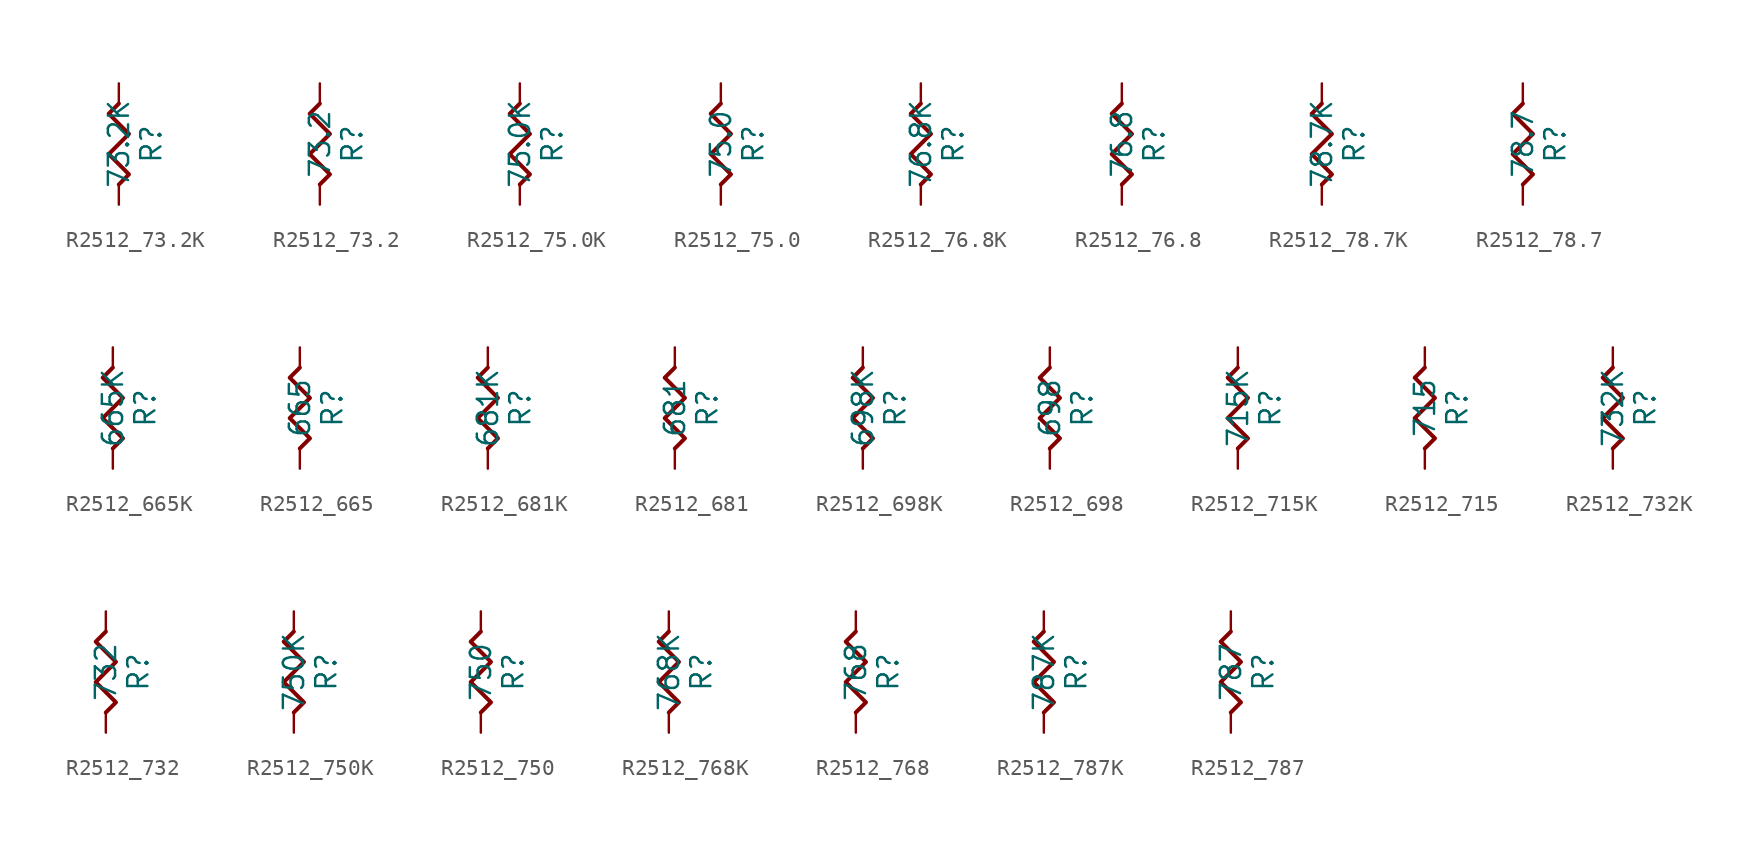
<source format=kicad_sym>
(kicad_symbol_lib
  (version 20211014)
  (generator atlantix-eda)
  (symbol "R2512_73.2K"
    (pin_numbers hide)
    (pin_names
      (offset 0))
    (property "Reference" "R"
      (at 2.032 0 90)
      (effects (font (size 1.27 1.27))))
    (property "Value" "73.2K"
      (at 0 0 90)
      (effects (font (size 1.27 1.27))))
    (symbol "R2512_73.2K_0_1"
      (polyline (pts (xy 0 -2.54) (xy 0.635 -1.905) (xy -0.635 -0.635) (xy 0.635 0.635) (xy -0.635 1.905) (xy 0 2.54)) (stroke (width 0.254) (type default) (color 0 0 0 0)) (fill (type none))))
    (symbol "R2512_73.2K_1_1"
      (pin passive line (at 0 3.81 270) (length 1.27) (name "~" (effects (font (size 1.27 1.27)))) (number "1" (effects (font (size 1.27 1.27)))))
      (pin passive line (at 0 -3.81 90) (length 1.27) (name "~" (effects (font (size 1.27 1.27)))) (number "2" (effects (font (size 1.27 1.27)))))))
  (symbol "R2512_73.2"
    (pin_numbers hide)
    (pin_names
      (offset 0))
    (property "Reference" "R"
      (at 2.032 0 90)
      (effects (font (size 1.27 1.27))))
    (property "Value" "73.2"
      (at 0 0 90)
      (effects (font (size 1.27 1.27))))
    (symbol "R2512_73.2_0_1"
      (polyline (pts (xy 0 -2.54) (xy 0.635 -1.905) (xy -0.635 -0.635) (xy 0.635 0.635) (xy -0.635 1.905) (xy 0 2.54)) (stroke (width 0.254) (type default) (color 0 0 0 0)) (fill (type none))))
    (symbol "R2512_73.2_1_1"
      (pin passive line (at 0 3.81 270) (length 1.27) (name "~" (effects (font (size 1.27 1.27)))) (number "1" (effects (font (size 1.27 1.27)))))
      (pin passive line (at 0 -3.81 90) (length 1.27) (name "~" (effects (font (size 1.27 1.27)))) (number "2" (effects (font (size 1.27 1.27)))))))
  (symbol "R2512_75.0K"
    (pin_numbers hide)
    (pin_names
      (offset 0))
    (property "Reference" "R"
      (at 2.032 0 90)
      (effects (font (size 1.27 1.27))))
    (property "Value" "75.0K"
      (at 0 0 90)
      (effects (font (size 1.27 1.27))))
    (symbol "R2512_75.0K_0_1"
      (polyline (pts (xy 0 -2.54) (xy 0.635 -1.905) (xy -0.635 -0.635) (xy 0.635 0.635) (xy -0.635 1.905) (xy 0 2.54)) (stroke (width 0.254) (type default) (color 0 0 0 0)) (fill (type none))))
    (symbol "R2512_75.0K_1_1"
      (pin passive line (at 0 3.81 270) (length 1.27) (name "~" (effects (font (size 1.27 1.27)))) (number "1" (effects (font (size 1.27 1.27)))))
      (pin passive line (at 0 -3.81 90) (length 1.27) (name "~" (effects (font (size 1.27 1.27)))) (number "2" (effects (font (size 1.27 1.27)))))))
  (symbol "R2512_75.0"
    (pin_numbers hide)
    (pin_names
      (offset 0))
    (property "Reference" "R"
      (at 2.032 0 90)
      (effects (font (size 1.27 1.27))))
    (property "Value" "75.0"
      (at 0 0 90)
      (effects (font (size 1.27 1.27))))
    (symbol "R2512_75.0_0_1"
      (polyline (pts (xy 0 -2.54) (xy 0.635 -1.905) (xy -0.635 -0.635) (xy 0.635 0.635) (xy -0.635 1.905) (xy 0 2.54)) (stroke (width 0.254) (type default) (color 0 0 0 0)) (fill (type none))))
    (symbol "R2512_75.0_1_1"
      (pin passive line (at 0 3.81 270) (length 1.27) (name "~" (effects (font (size 1.27 1.27)))) (number "1" (effects (font (size 1.27 1.27)))))
      (pin passive line (at 0 -3.81 90) (length 1.27) (name "~" (effects (font (size 1.27 1.27)))) (number "2" (effects (font (size 1.27 1.27)))))))
  (symbol "R2512_76.8K"
    (pin_numbers hide)
    (pin_names
      (offset 0))
    (property "Reference" "R"
      (at 2.032 0 90)
      (effects (font (size 1.27 1.27))))
    (property "Value" "76.8K"
      (at 0 0 90)
      (effects (font (size 1.27 1.27))))
    (symbol "R2512_76.8K_0_1"
      (polyline (pts (xy 0 -2.54) (xy 0.635 -1.905) (xy -0.635 -0.635) (xy 0.635 0.635) (xy -0.635 1.905) (xy 0 2.54)) (stroke (width 0.254) (type default) (color 0 0 0 0)) (fill (type none))))
    (symbol "R2512_76.8K_1_1"
      (pin passive line (at 0 3.81 270) (length 1.27) (name "~" (effects (font (size 1.27 1.27)))) (number "1" (effects (font (size 1.27 1.27)))))
      (pin passive line (at 0 -3.81 90) (length 1.27) (name "~" (effects (font (size 1.27 1.27)))) (number "2" (effects (font (size 1.27 1.27)))))))
  (symbol "R2512_76.8"
    (pin_numbers hide)
    (pin_names
      (offset 0))
    (property "Reference" "R"
      (at 2.032 0 90)
      (effects (font (size 1.27 1.27))))
    (property "Value" "76.8"
      (at 0 0 90)
      (effects (font (size 1.27 1.27))))
    (symbol "R2512_76.8_0_1"
      (polyline (pts (xy 0 -2.54) (xy 0.635 -1.905) (xy -0.635 -0.635) (xy 0.635 0.635) (xy -0.635 1.905) (xy 0 2.54)) (stroke (width 0.254) (type default) (color 0 0 0 0)) (fill (type none))))
    (symbol "R2512_76.8_1_1"
      (pin passive line (at 0 3.81 270) (length 1.27) (name "~" (effects (font (size 1.27 1.27)))) (number "1" (effects (font (size 1.27 1.27)))))
      (pin passive line (at 0 -3.81 90) (length 1.27) (name "~" (effects (font (size 1.27 1.27)))) (number "2" (effects (font (size 1.27 1.27)))))))
  (symbol "R2512_78.7K"
    (pin_numbers hide)
    (pin_names
      (offset 0))
    (property "Reference" "R"
      (at 2.032 0 90)
      (effects (font (size 1.27 1.27))))
    (property "Value" "78.7K"
      (at 0 0 90)
      (effects (font (size 1.27 1.27))))
    (symbol "R2512_78.7K_0_1"
      (polyline (pts (xy 0 -2.54) (xy 0.635 -1.905) (xy -0.635 -0.635) (xy 0.635 0.635) (xy -0.635 1.905) (xy 0 2.54)) (stroke (width 0.254) (type default) (color 0 0 0 0)) (fill (type none))))
    (symbol "R2512_78.7K_1_1"
      (pin passive line (at 0 3.81 270) (length 1.27) (name "~" (effects (font (size 1.27 1.27)))) (number "1" (effects (font (size 1.27 1.27)))))
      (pin passive line (at 0 -3.81 90) (length 1.27) (name "~" (effects (font (size 1.27 1.27)))) (number "2" (effects (font (size 1.27 1.27)))))))
  (symbol "R2512_78.7"
    (pin_numbers hide)
    (pin_names
      (offset 0))
    (property "Reference" "R"
      (at 2.032 0 90)
      (effects (font (size 1.27 1.27))))
    (property "Value" "78.7"
      (at 0 0 90)
      (effects (font (size 1.27 1.27))))
    (symbol "R2512_78.7_0_1"
      (polyline (pts (xy 0 -2.54) (xy 0.635 -1.905) (xy -0.635 -0.635) (xy 0.635 0.635) (xy -0.635 1.905) (xy 0 2.54)) (stroke (width 0.254) (type default) (color 0 0 0 0)) (fill (type none))))
    (symbol "R2512_78.7_1_1"
      (pin passive line (at 0 3.81 270) (length 1.27) (name "~" (effects (font (size 1.27 1.27)))) (number "1" (effects (font (size 1.27 1.27)))))
      (pin passive line (at 0 -3.81 90) (length 1.27) (name "~" (effects (font (size 1.27 1.27)))) (number "2" (effects (font (size 1.27 1.27)))))))
  (symbol "R2512_665K"
    (pin_numbers hide)
    (pin_names
      (offset 0))
    (property "Reference" "R"
      (at 2.032 0 90)
      (effects (font (size 1.27 1.27))))
    (property "Value" "665K"
      (at 0 0 90)
      (effects (font (size 1.27 1.27))))
    (symbol "R2512_665K_0_1"
      (polyline (pts (xy 0 -2.54) (xy 0.635 -1.905) (xy -0.635 -0.635) (xy 0.635 0.635) (xy -0.635 1.905) (xy 0 2.54)) (stroke (width 0.254) (type default) (color 0 0 0 0)) (fill (type none))))
    (symbol "R2512_665K_1_1"
      (pin passive line (at 0 3.81 270) (length 1.27) (name "~" (effects (font (size 1.27 1.27)))) (number "1" (effects (font (size 1.27 1.27)))))
      (pin passive line (at 0 -3.81 90) (length 1.27) (name "~" (effects (font (size 1.27 1.27)))) (number "2" (effects (font (size 1.27 1.27)))))))
  (symbol "R2512_665"
    (pin_numbers hide)
    (pin_names
      (offset 0))
    (property "Reference" "R"
      (at 2.032 0 90)
      (effects (font (size 1.27 1.27))))
    (property "Value" "665"
      (at 0 0 90)
      (effects (font (size 1.27 1.27))))
    (symbol "R2512_665_0_1"
      (polyline (pts (xy 0 -2.54) (xy 0.635 -1.905) (xy -0.635 -0.635) (xy 0.635 0.635) (xy -0.635 1.905) (xy 0 2.54)) (stroke (width 0.254) (type default) (color 0 0 0 0)) (fill (type none))))
    (symbol "R2512_665_1_1"
      (pin passive line (at 0 3.81 270) (length 1.27) (name "~" (effects (font (size 1.27 1.27)))) (number "1" (effects (font (size 1.27 1.27)))))
      (pin passive line (at 0 -3.81 90) (length 1.27) (name "~" (effects (font (size 1.27 1.27)))) (number "2" (effects (font (size 1.27 1.27)))))))
  (symbol "R2512_681K"
    (pin_numbers hide)
    (pin_names
      (offset 0))
    (property "Reference" "R"
      (at 2.032 0 90)
      (effects (font (size 1.27 1.27))))
    (property "Value" "681K"
      (at 0 0 90)
      (effects (font (size 1.27 1.27))))
    (symbol "R2512_681K_0_1"
      (polyline (pts (xy 0 -2.54) (xy 0.635 -1.905) (xy -0.635 -0.635) (xy 0.635 0.635) (xy -0.635 1.905) (xy 0 2.54)) (stroke (width 0.254) (type default) (color 0 0 0 0)) (fill (type none))))
    (symbol "R2512_681K_1_1"
      (pin passive line (at 0 3.81 270) (length 1.27) (name "~" (effects (font (size 1.27 1.27)))) (number "1" (effects (font (size 1.27 1.27)))))
      (pin passive line (at 0 -3.81 90) (length 1.27) (name "~" (effects (font (size 1.27 1.27)))) (number "2" (effects (font (size 1.27 1.27)))))))
  (symbol "R2512_681"
    (pin_numbers hide)
    (pin_names
      (offset 0))
    (property "Reference" "R"
      (at 2.032 0 90)
      (effects (font (size 1.27 1.27))))
    (property "Value" "681"
      (at 0 0 90)
      (effects (font (size 1.27 1.27))))
    (symbol "R2512_681_0_1"
      (polyline (pts (xy 0 -2.54) (xy 0.635 -1.905) (xy -0.635 -0.635) (xy 0.635 0.635) (xy -0.635 1.905) (xy 0 2.54)) (stroke (width 0.254) (type default) (color 0 0 0 0)) (fill (type none))))
    (symbol "R2512_681_1_1"
      (pin passive line (at 0 3.81 270) (length 1.27) (name "~" (effects (font (size 1.27 1.27)))) (number "1" (effects (font (size 1.27 1.27)))))
      (pin passive line (at 0 -3.81 90) (length 1.27) (name "~" (effects (font (size 1.27 1.27)))) (number "2" (effects (font (size 1.27 1.27)))))))
  (symbol "R2512_698K"
    (pin_numbers hide)
    (pin_names
      (offset 0))
    (property "Reference" "R"
      (at 2.032 0 90)
      (effects (font (size 1.27 1.27))))
    (property "Value" "698K"
      (at 0 0 90)
      (effects (font (size 1.27 1.27))))
    (symbol "R2512_698K_0_1"
      (polyline (pts (xy 0 -2.54) (xy 0.635 -1.905) (xy -0.635 -0.635) (xy 0.635 0.635) (xy -0.635 1.905) (xy 0 2.54)) (stroke (width 0.254) (type default) (color 0 0 0 0)) (fill (type none))))
    (symbol "R2512_698K_1_1"
      (pin passive line (at 0 3.81 270) (length 1.27) (name "~" (effects (font (size 1.27 1.27)))) (number "1" (effects (font (size 1.27 1.27)))))
      (pin passive line (at 0 -3.81 90) (length 1.27) (name "~" (effects (font (size 1.27 1.27)))) (number "2" (effects (font (size 1.27 1.27)))))))
  (symbol "R2512_698"
    (pin_numbers hide)
    (pin_names
      (offset 0))
    (property "Reference" "R"
      (at 2.032 0 90)
      (effects (font (size 1.27 1.27))))
    (property "Value" "698"
      (at 0 0 90)
      (effects (font (size 1.27 1.27))))
    (symbol "R2512_698_0_1"
      (polyline (pts (xy 0 -2.54) (xy 0.635 -1.905) (xy -0.635 -0.635) (xy 0.635 0.635) (xy -0.635 1.905) (xy 0 2.54)) (stroke (width 0.254) (type default) (color 0 0 0 0)) (fill (type none))))
    (symbol "R2512_698_1_1"
      (pin passive line (at 0 3.81 270) (length 1.27) (name "~" (effects (font (size 1.27 1.27)))) (number "1" (effects (font (size 1.27 1.27)))))
      (pin passive line (at 0 -3.81 90) (length 1.27) (name "~" (effects (font (size 1.27 1.27)))) (number "2" (effects (font (size 1.27 1.27)))))))
  (symbol "R2512_715K"
    (pin_numbers hide)
    (pin_names
      (offset 0))
    (property "Reference" "R"
      (at 2.032 0 90)
      (effects (font (size 1.27 1.27))))
    (property "Value" "715K"
      (at 0 0 90)
      (effects (font (size 1.27 1.27))))
    (symbol "R2512_715K_0_1"
      (polyline (pts (xy 0 -2.54) (xy 0.635 -1.905) (xy -0.635 -0.635) (xy 0.635 0.635) (xy -0.635 1.905) (xy 0 2.54)) (stroke (width 0.254) (type default) (color 0 0 0 0)) (fill (type none))))
    (symbol "R2512_715K_1_1"
      (pin passive line (at 0 3.81 270) (length 1.27) (name "~" (effects (font (size 1.27 1.27)))) (number "1" (effects (font (size 1.27 1.27)))))
      (pin passive line (at 0 -3.81 90) (length 1.27) (name "~" (effects (font (size 1.27 1.27)))) (number "2" (effects (font (size 1.27 1.27)))))))
  (symbol "R2512_715"
    (pin_numbers hide)
    (pin_names
      (offset 0))
    (property "Reference" "R"
      (at 2.032 0 90)
      (effects (font (size 1.27 1.27))))
    (property "Value" "715"
      (at 0 0 90)
      (effects (font (size 1.27 1.27))))
    (symbol "R2512_715_0_1"
      (polyline (pts (xy 0 -2.54) (xy 0.635 -1.905) (xy -0.635 -0.635) (xy 0.635 0.635) (xy -0.635 1.905) (xy 0 2.54)) (stroke (width 0.254) (type default) (color 0 0 0 0)) (fill (type none))))
    (symbol "R2512_715_1_1"
      (pin passive line (at 0 3.81 270) (length 1.27) (name "~" (effects (font (size 1.27 1.27)))) (number "1" (effects (font (size 1.27 1.27)))))
      (pin passive line (at 0 -3.81 90) (length 1.27) (name "~" (effects (font (size 1.27 1.27)))) (number "2" (effects (font (size 1.27 1.27)))))))
  (symbol "R2512_732K"
    (pin_numbers hide)
    (pin_names
      (offset 0))
    (property "Reference" "R"
      (at 2.032 0 90)
      (effects (font (size 1.27 1.27))))
    (property "Value" "732K"
      (at 0 0 90)
      (effects (font (size 1.27 1.27))))
    (symbol "R2512_732K_0_1"
      (polyline (pts (xy 0 -2.54) (xy 0.635 -1.905) (xy -0.635 -0.635) (xy 0.635 0.635) (xy -0.635 1.905) (xy 0 2.54)) (stroke (width 0.254) (type default) (color 0 0 0 0)) (fill (type none))))
    (symbol "R2512_732K_1_1"
      (pin passive line (at 0 3.81 270) (length 1.27) (name "~" (effects (font (size 1.27 1.27)))) (number "1" (effects (font (size 1.27 1.27)))))
      (pin passive line (at 0 -3.81 90) (length 1.27) (name "~" (effects (font (size 1.27 1.27)))) (number "2" (effects (font (size 1.27 1.27)))))))
  (symbol "R2512_732"
    (pin_numbers hide)
    (pin_names
      (offset 0))
    (property "Reference" "R"
      (at 2.032 0 90)
      (effects (font (size 1.27 1.27))))
    (property "Value" "732"
      (at 0 0 90)
      (effects (font (size 1.27 1.27))))
    (symbol "R2512_732_0_1"
      (polyline (pts (xy 0 -2.54) (xy 0.635 -1.905) (xy -0.635 -0.635) (xy 0.635 0.635) (xy -0.635 1.905) (xy 0 2.54)) (stroke (width 0.254) (type default) (color 0 0 0 0)) (fill (type none))))
    (symbol "R2512_732_1_1"
      (pin passive line (at 0 3.81 270) (length 1.27) (name "~" (effects (font (size 1.27 1.27)))) (number "1" (effects (font (size 1.27 1.27)))))
      (pin passive line (at 0 -3.81 90) (length 1.27) (name "~" (effects (font (size 1.27 1.27)))) (number "2" (effects (font (size 1.27 1.27)))))))
  (symbol "R2512_750K"
    (pin_numbers hide)
    (pin_names
      (offset 0))
    (property "Reference" "R"
      (at 2.032 0 90)
      (effects (font (size 1.27 1.27))))
    (property "Value" "750K"
      (at 0 0 90)
      (effects (font (size 1.27 1.27))))
    (symbol "R2512_750K_0_1"
      (polyline (pts (xy 0 -2.54) (xy 0.635 -1.905) (xy -0.635 -0.635) (xy 0.635 0.635) (xy -0.635 1.905) (xy 0 2.54)) (stroke (width 0.254) (type default) (color 0 0 0 0)) (fill (type none))))
    (symbol "R2512_750K_1_1"
      (pin passive line (at 0 3.81 270) (length 1.27) (name "~" (effects (font (size 1.27 1.27)))) (number "1" (effects (font (size 1.27 1.27)))))
      (pin passive line (at 0 -3.81 90) (length 1.27) (name "~" (effects (font (size 1.27 1.27)))) (number "2" (effects (font (size 1.27 1.27)))))))
  (symbol "R2512_750"
    (pin_numbers hide)
    (pin_names
      (offset 0))
    (property "Reference" "R"
      (at 2.032 0 90)
      (effects (font (size 1.27 1.27))))
    (property "Value" "750"
      (at 0 0 90)
      (effects (font (size 1.27 1.27))))
    (symbol "R2512_750_0_1"
      (polyline (pts (xy 0 -2.54) (xy 0.635 -1.905) (xy -0.635 -0.635) (xy 0.635 0.635) (xy -0.635 1.905) (xy 0 2.54)) (stroke (width 0.254) (type default) (color 0 0 0 0)) (fill (type none))))
    (symbol "R2512_750_1_1"
      (pin passive line (at 0 3.81 270) (length 1.27) (name "~" (effects (font (size 1.27 1.27)))) (number "1" (effects (font (size 1.27 1.27)))))
      (pin passive line (at 0 -3.81 90) (length 1.27) (name "~" (effects (font (size 1.27 1.27)))) (number "2" (effects (font (size 1.27 1.27)))))))
  (symbol "R2512_768K"
    (pin_numbers hide)
    (pin_names
      (offset 0))
    (property "Reference" "R"
      (at 2.032 0 90)
      (effects (font (size 1.27 1.27))))
    (property "Value" "768K"
      (at 0 0 90)
      (effects (font (size 1.27 1.27))))
    (symbol "R2512_768K_0_1"
      (polyline (pts (xy 0 -2.54) (xy 0.635 -1.905) (xy -0.635 -0.635) (xy 0.635 0.635) (xy -0.635 1.905) (xy 0 2.54)) (stroke (width 0.254) (type default) (color 0 0 0 0)) (fill (type none))))
    (symbol "R2512_768K_1_1"
      (pin passive line (at 0 3.81 270) (length 1.27) (name "~" (effects (font (size 1.27 1.27)))) (number "1" (effects (font (size 1.27 1.27)))))
      (pin passive line (at 0 -3.81 90) (length 1.27) (name "~" (effects (font (size 1.27 1.27)))) (number "2" (effects (font (size 1.27 1.27)))))))
  (symbol "R2512_768"
    (pin_numbers hide)
    (pin_names
      (offset 0))
    (property "Reference" "R"
      (at 2.032 0 90)
      (effects (font (size 1.27 1.27))))
    (property "Value" "768"
      (at 0 0 90)
      (effects (font (size 1.27 1.27))))
    (symbol "R2512_768_0_1"
      (polyline (pts (xy 0 -2.54) (xy 0.635 -1.905) (xy -0.635 -0.635) (xy 0.635 0.635) (xy -0.635 1.905) (xy 0 2.54)) (stroke (width 0.254) (type default) (color 0 0 0 0)) (fill (type none))))
    (symbol "R2512_768_1_1"
      (pin passive line (at 0 3.81 270) (length 1.27) (name "~" (effects (font (size 1.27 1.27)))) (number "1" (effects (font (size 1.27 1.27)))))
      (pin passive line (at 0 -3.81 90) (length 1.27) (name "~" (effects (font (size 1.27 1.27)))) (number "2" (effects (font (size 1.27 1.27)))))))
  (symbol "R2512_787K"
    (pin_numbers hide)
    (pin_names
      (offset 0))
    (property "Reference" "R"
      (at 2.032 0 90)
      (effects (font (size 1.27 1.27))))
    (property "Value" "787K"
      (at 0 0 90)
      (effects (font (size 1.27 1.27))))
    (symbol "R2512_787K_0_1"
      (polyline (pts (xy 0 -2.54) (xy 0.635 -1.905) (xy -0.635 -0.635) (xy 0.635 0.635) (xy -0.635 1.905) (xy 0 2.54)) (stroke (width 0.254) (type default) (color 0 0 0 0)) (fill (type none))))
    (symbol "R2512_787K_1_1"
      (pin passive line (at 0 3.81 270) (length 1.27) (name "~" (effects (font (size 1.27 1.27)))) (number "1" (effects (font (size 1.27 1.27)))))
      (pin passive line (at 0 -3.81 90) (length 1.27) (name "~" (effects (font (size 1.27 1.27)))) (number "2" (effects (font (size 1.27 1.27)))))))
  (symbol "R2512_787"
    (pin_numbers hide)
    (pin_names
      (offset 0))
    (property "Reference" "R"
      (at 2.032 0 90)
      (effects (font (size 1.27 1.27))))
    (property "Value" "787"
      (at 0 0 90)
      (effects (font (size 1.27 1.27))))
    (symbol "R2512_787_0_1"
      (polyline (pts (xy 0 -2.54) (xy 0.635 -1.905) (xy -0.635 -0.635) (xy 0.635 0.635) (xy -0.635 1.905) (xy 0 2.54)) (stroke (width 0.254) (type default) (color 0 0 0 0)) (fill (type none))))
    (symbol "R2512_787_1_1"
      (pin passive line (at 0 3.81 270) (length 1.27) (name "~" (effects (font (size 1.27 1.27)))) (number "1" (effects (font (size 1.27 1.27)))))
      (pin passive line (at 0 -3.81 90) (length 1.27) (name "~" (effects (font (size 1.27 1.27)))) (number "2" (effects (font (size 1.27 1.27))))))))
</source>
